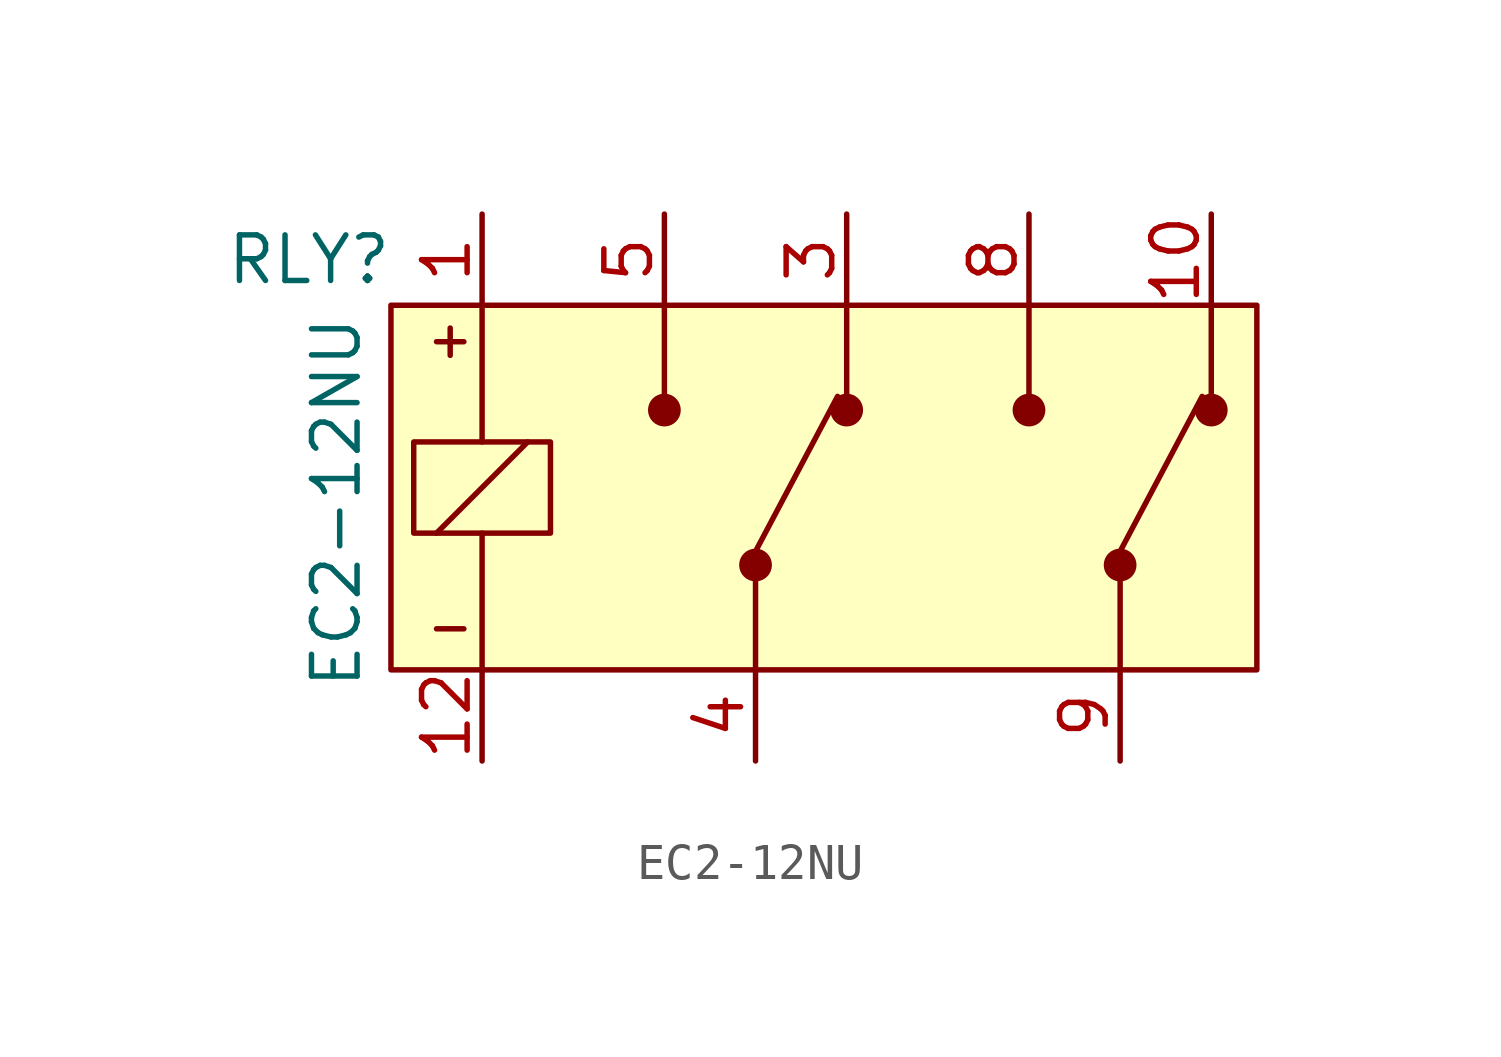
<source format=kicad_sym>
(kicad_symbol_lib
  (version 20220914)
  (generator kicad_symbol_editor)
  (symbol "EC2-12NU"
    (pin_names
      (offset 1.016) hide)
    (property "Reference" "RLY"
      (at -14.986 6.35 0)
      (effects (font (size 1.27 1.27))))
    (property "Value" "EC2-12NU"
      (at -14.224 4.826 90)
      (effects (font (size 1.27 1.27)) (justify right)))
    (symbol "EC2-12NU_0_1"
      (rectangle (start -12.065 1.27) (end -8.255 -1.27) (stroke (width 0) (type solid)) (fill (type none)))
      (circle (center -5.08 2.159) (radius 0.381) (stroke (width 0) (type solid)) (fill (type outline)))
      (circle (center -2.54 -2.159) (radius 0.381) (stroke (width 0) (type solid)) (fill (type outline)))
      (polyline (pts (xy -11.43 -3.937) (xy -10.668 -3.937)) (stroke (width 0) (type solid)) (fill (type none)))
      (polyline (pts (xy -11.43 -1.27) (xy -8.89 1.27)) (stroke (width 0) (type solid)) (fill (type none)))
      (polyline (pts (xy -11.43 4.064) (xy -10.668 4.064)) (stroke (width 0) (type solid)) (fill (type none)))
      (polyline (pts (xy -11.049 4.445) (xy -11.049 3.683)) (stroke (width 0) (type solid)) (fill (type none)))
      (polyline (pts (xy -10.16 -5.08) (xy -10.16 -1.27)) (stroke (width 0) (type solid)) (fill (type none)))
      (polyline (pts (xy -10.16 5.08) (xy -10.16 1.27)) (stroke (width 0) (type solid)) (fill (type none)))
      (polyline (pts (xy -5.08 5.08) (xy -5.08 2.54)) (stroke (width 0) (type solid)) (fill (type none)))
      (polyline (pts (xy -2.54 -5.08) (xy -2.54 -2.54)) (stroke (width 0) (type solid)) (fill (type none)))
      (polyline (pts (xy -2.54 -1.778) (xy -0.254 2.54)) (stroke (width 0) (type solid)) (fill (type none)))
      (polyline (pts (xy 0 5.08) (xy 0 2.54)) (stroke (width 0) (type solid)) (fill (type none)))
      (polyline (pts (xy 5.08 5.08) (xy 5.08 2.54)) (stroke (width 0) (type solid)) (fill (type none)))
      (polyline (pts (xy 7.62 -5.08) (xy 7.62 -2.54)) (stroke (width 0) (type solid)) (fill (type none)))
      (polyline (pts (xy 7.62 -1.778) (xy 9.906 2.54)) (stroke (width 0) (type solid)) (fill (type none)))
      (polyline (pts (xy 10.16 5.08) (xy 10.16 2.54)) (stroke (width 0) (type solid)) (fill (type none)))
      (circle (center 0 2.159) (radius 0.381) (stroke (width 0) (type solid)) (fill (type outline)))
      (circle (center 5.08 2.159) (radius 0.381) (stroke (width 0) (type solid)) (fill (type outline)))
      (circle (center 7.62 -2.159) (radius 0.381) (stroke (width 0) (type solid)) (fill (type outline)))
      (circle (center 10.16 2.159) (radius 0.381) (stroke (width 0) (type solid)) (fill (type outline))))
    (symbol "EC2-12NU_1_1"
      (rectangle (start -12.7 5.08) (end 11.43 -5.08) (stroke (width 0) (type solid)) (fill (type background)))
      (pin passive line (at -10.16 7.62 270) (length 2.54) (name "COIL" (effects (font (size 1.27 1.27)))) (number "1" (effects (font (size 1.27 1.27)))))
      (pin passive line (at 10.16 7.62 270) (length 2.54) (name "NC2" (effects (font (size 1.27 1.27)))) (number "10" (effects (font (size 1.27 1.27)))))
      (pin passive line (at -10.16 -7.62 90) (length 2.54) (name "COIL" (effects (font (size 1.27 1.27)))) (number "12" (effects (font (size 1.27 1.27)))))
      (pin passive line (at 0 7.62 270) (length 2.54) (name "NC1" (effects (font (size 1.27 1.27)))) (number "3" (effects (font (size 1.27 1.27)))))
      (pin passive line (at -2.54 -7.62 90) (length 2.54) (name "COM1" (effects (font (size 1.27 1.27)))) (number "4" (effects (font (size 1.27 1.27)))))
      (pin passive line (at -5.08 7.62 270) (length 2.54) (name "NO1" (effects (font (size 1.27 1.27)))) (number "5" (effects (font (size 1.27 1.27)))))
      (pin passive line (at 5.08 7.62 270) (length 2.54) (name "NO2" (effects (font (size 1.27 1.27)))) (number "8" (effects (font (size 1.27 1.27)))))
      (pin passive line (at 7.62 -7.62 90) (length 2.54) (name "COM2" (effects (font (size 1.27 1.27)))) (number "9" (effects (font (size 1.27 1.27))))))))
</source>
